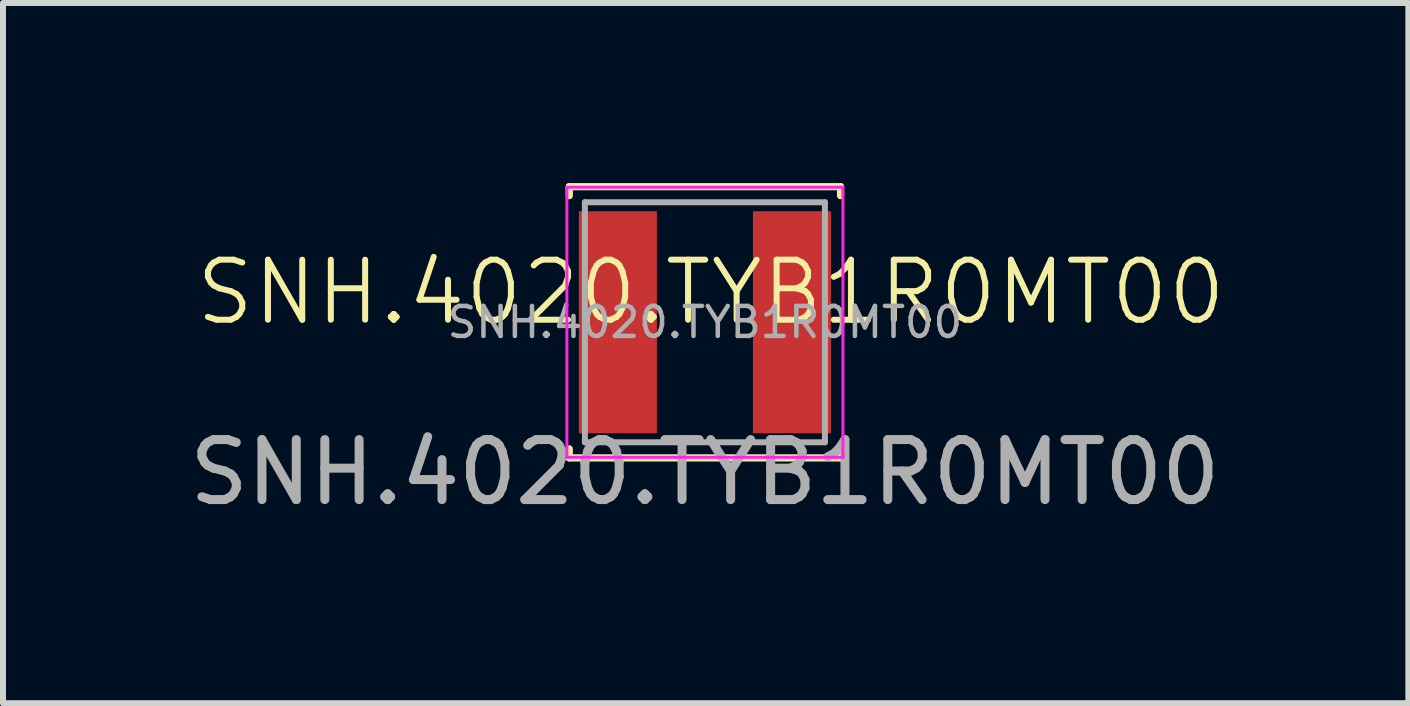
<source format=kicad_pcb>
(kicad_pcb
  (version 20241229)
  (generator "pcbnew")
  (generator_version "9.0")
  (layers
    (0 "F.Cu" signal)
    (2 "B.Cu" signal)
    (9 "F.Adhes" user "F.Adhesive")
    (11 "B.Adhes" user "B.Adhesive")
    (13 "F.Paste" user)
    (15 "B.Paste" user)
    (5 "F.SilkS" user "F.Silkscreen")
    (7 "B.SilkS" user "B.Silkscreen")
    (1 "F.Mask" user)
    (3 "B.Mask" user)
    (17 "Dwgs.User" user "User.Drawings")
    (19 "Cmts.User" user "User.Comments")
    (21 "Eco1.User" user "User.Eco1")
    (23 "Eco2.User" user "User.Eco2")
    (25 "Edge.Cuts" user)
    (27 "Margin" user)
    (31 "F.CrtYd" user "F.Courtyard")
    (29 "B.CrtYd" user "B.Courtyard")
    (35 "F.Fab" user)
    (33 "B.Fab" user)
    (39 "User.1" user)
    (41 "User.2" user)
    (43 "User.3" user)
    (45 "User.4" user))
  (footprint "SNH.4020.TYB1R0MT00"
    (layer "F.Cu")
    (at 8.696 2.32)
    (property "Reference" "SNH.4020.TYB1R0MT00" (at 0.1 -0.5 0) (unlocked yes) (layer "F.SilkS") (effects (font (size 1 1) (thickness 0.1))))
    (attr smd)
    (fp_line (start -2.26 -2.26) (end -2.26 -2.11) (stroke (width 0.12) (type solid)) (layer "F.SilkS"))
    (fp_line (start -2.26 -2.26) (end 2.26 -2.26) (stroke (width 0.12) (type solid)) (layer "F.SilkS"))
    (fp_line (start -2.26 2.26) (end -2.26 2.11) (stroke (width 0.12) (type solid)) (layer "F.SilkS"))
    (fp_line (start -2.26 2.26) (end 2.26 2.26) (stroke (width 0.12) (type solid)) (layer "F.SilkS"))
    (fp_line (start 2.26 -2.26) (end 2.26 -2.11) (stroke (width 0.12) (type solid)) (layer "F.SilkS"))
    (fp_line (start 2.26 2.26) (end 2.26 2.11) (stroke (width 0.12) (type solid)) (layer "F.SilkS"))
    (fp_line (start -2.3 -2.25) (end -2.3 2.25) (stroke (width 0.05) (type solid)) (layer "F.CrtYd"))
    (fp_line (start -2.3 2.25) (end 2.3 2.25) (stroke (width 0.05) (type solid)) (layer "F.CrtYd"))
    (fp_line (start 2.3 -2.25) (end -2.3 -2.25) (stroke (width 0.05) (type solid)) (layer "F.CrtYd"))
    (fp_line (start 2.3 2.25) (end 2.3 -2.25) (stroke (width 0.05) (type solid)) (layer "F.CrtYd"))
    (fp_line (start -2 -2) (end -2 2) (stroke (width 0.1) (type solid)) (layer "F.Fab"))
    (fp_line (start -2 2) (end 2 2) (stroke (width 0.1) (type solid)) (layer "F.Fab"))
    (fp_line (start 2 -2) (end -2 -2) (stroke (width 0.1) (type solid)) (layer "F.Fab"))
    (fp_line (start 2 2) (end 2 -2) (stroke (width 0.1) (type solid)) (layer "F.Fab"))
    (fp_text user "${REFERENCE}" (at 0 2.5 0) (unlocked yes) (layer "F.Fab") (effects (font (size 1 1) (thickness 0.15))))
    (fp_text user "${REFERENCE}" (at 0 0 0) (layer "F.Fab") (effects (font (size 0.5 0.5) (thickness 0.075))))
    (pad "1" smd rect (at -1.45 0) (size 1.3 3.7) (layers "F.Cu" "F.Mask" "F.Paste"))
    (pad "2" smd rect (at 1.45 0) (size 1.3 3.7) (layers "F.Cu" "F.Mask" "F.Paste")))
  (gr_rect
    (start -3 -3)
    (end 20.418 8.668)
    (stroke (width 0.1) (type default))
    (fill no)
    (layer "Edge.Cuts")))
</source>
